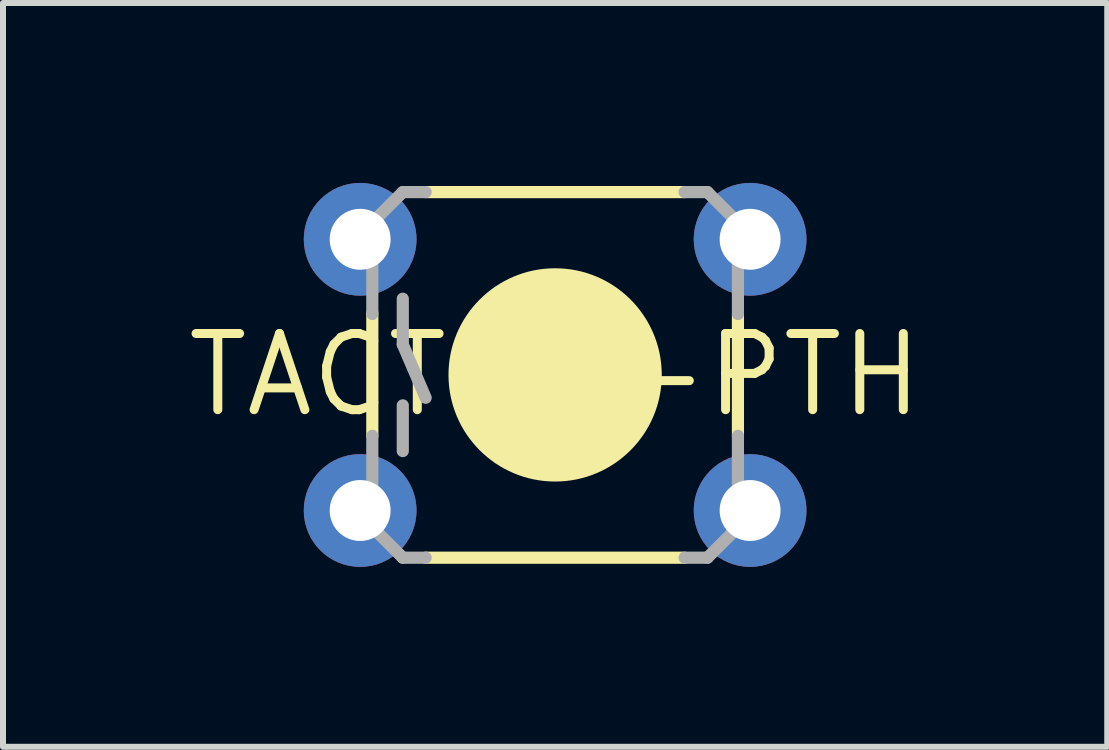
<source format=kicad_pcb>
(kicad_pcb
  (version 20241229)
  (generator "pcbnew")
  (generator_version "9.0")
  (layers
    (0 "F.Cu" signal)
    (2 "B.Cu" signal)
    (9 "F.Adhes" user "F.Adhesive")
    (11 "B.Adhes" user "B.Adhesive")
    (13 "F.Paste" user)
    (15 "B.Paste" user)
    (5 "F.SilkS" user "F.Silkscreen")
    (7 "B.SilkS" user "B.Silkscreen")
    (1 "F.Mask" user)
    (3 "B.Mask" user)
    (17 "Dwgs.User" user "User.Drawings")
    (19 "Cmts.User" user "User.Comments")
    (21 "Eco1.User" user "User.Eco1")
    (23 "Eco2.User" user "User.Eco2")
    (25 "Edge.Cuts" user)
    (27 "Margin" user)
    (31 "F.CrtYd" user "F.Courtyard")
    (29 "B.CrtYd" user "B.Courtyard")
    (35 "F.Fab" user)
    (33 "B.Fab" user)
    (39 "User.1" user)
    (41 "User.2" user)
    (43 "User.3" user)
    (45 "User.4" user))
  (footprint "TACTILE-PTH"
    (layer "F.Cu")
    (at 6.206 3.201)
    (property "Reference" "TACTILE-PTH" (at 0 0 0) (layer "F.SilkS") (effects (font (size 1.27 1.27) (thickness 0.15))))
    (fp_circle (center -3.251 -2.261) (end -3.251 -2.261) (stroke (width 0) (type solid)) (fill yes) (layer "F.Mask"))
    (fp_circle (center -3.251 2.261) (end -3.251 2.261) (stroke (width 0) (type solid)) (fill yes) (layer "F.Mask"))
    (fp_circle (center 3.251 -2.261) (end 3.251 -2.261) (stroke (width 0) (type solid)) (fill yes) (layer "F.Mask"))
    (fp_circle (center 3.251 2.261) (end 3.251 2.261) (stroke (width 0) (type solid)) (fill yes) (layer "F.Mask"))
    (fp_circle (center -3.251 -2.261) (end -3.251 -2.261) (stroke (width 0) (type solid)) (fill yes) (layer "B.Mask"))
    (fp_circle (center -3.251 2.261) (end -3.251 2.261) (stroke (width 0) (type solid)) (fill yes) (layer "B.Mask"))
    (fp_circle (center 3.251 -2.261) (end 3.251 -2.261) (stroke (width 0) (type solid)) (fill yes) (layer "B.Mask"))
    (fp_circle (center 3.251 2.261) (end 3.251 2.261) (stroke (width 0) (type solid)) (fill yes) (layer "B.Mask"))
    (fp_line (start -3.048 -1.028) (end -3.048 1.016) (stroke (width 0.203) (type solid)) (layer "F.SilkS"))
    (fp_line (start -2.159 3.048) (end 2.159 3.048) (stroke (width 0.203) (type solid)) (layer "F.SilkS"))
    (fp_line (start 2.159 -3.048) (end -2.159 -3.048) (stroke (width 0.203) (type solid)) (layer "F.SilkS"))
    (fp_line (start 3.048 -0.998) (end 3.048 1.016) (stroke (width 0.203) (type solid)) (layer "F.SilkS"))
    (fp_circle (center 0 0) (end 0.889 0) (stroke (width 1.778) (type solid)) (fill yes) (layer "F.SilkS"))
    (fp_line (start -3.048 -2.54) (end -3.048 -1.016) (stroke (width 0.203) (type solid)) (layer "F.Fab"))
    (fp_line (start -3.048 2.54) (end -3.048 1.016) (stroke (width 0.203) (type solid)) (layer "F.Fab"))
    (fp_line (start -2.54 -3.048) (end -3.048 -2.54) (stroke (width 0.203) (type solid)) (layer "F.Fab"))
    (fp_line (start -2.54 -3.048) (end -2.159 -3.048) (stroke (width 0.203) (type solid)) (layer "F.Fab"))
    (fp_line (start -2.54 -1.27) (end -2.54 -0.508) (stroke (width 0.203) (type solid)) (layer "F.Fab"))
    (fp_line (start -2.54 -0.508) (end -2.159 0.381) (stroke (width 0.203) (type solid)) (layer "F.Fab"))
    (fp_line (start -2.54 0.508) (end -2.54 1.27) (stroke (width 0.203) (type solid)) (layer "F.Fab"))
    (fp_line (start -2.54 3.048) (end -3.048 2.54) (stroke (width 0.203) (type solid)) (layer "F.Fab"))
    (fp_line (start -2.54 3.048) (end -2.159 3.048) (stroke (width 0.203) (type solid)) (layer "F.Fab"))
    (fp_line (start 2.54 -3.048) (end 2.159 -3.048) (stroke (width 0.203) (type solid)) (layer "F.Fab"))
    (fp_line (start 2.54 3.048) (end 2.159 3.048) (stroke (width 0.203) (type solid)) (layer "F.Fab"))
    (fp_line (start 2.54 3.048) (end 3.048 2.54) (stroke (width 0.203) (type solid)) (layer "F.Fab"))
    (fp_line (start 3.048 -2.54) (end 2.54 -3.048) (stroke (width 0.203) (type solid)) (layer "F.Fab"))
    (fp_line (start 3.048 -1.016) (end 3.048 -2.54) (stroke (width 0.203) (type solid)) (layer "F.Fab"))
    (fp_line (start 3.048 2.54) (end 3.048 1.016) (stroke (width 0.203) (type solid)) (layer "F.Fab"))
    (pad "1" thru_hole circle (at -3.251 -2.261) (size 1.88 1.88) (drill 1.016) (layers "*.Cu"))
    (pad "2" thru_hole circle (at 3.251 -2.261) (size 1.88 1.88) (drill 1.016) (layers "*.Cu"))
    (pad "3" thru_hole circle (at -3.251 2.261) (size 1.88 1.88) (drill 1.016) (layers "*.Cu"))
    (pad "4" thru_hole circle (at 3.251 2.261) (size 1.88 1.88) (drill 1.016) (layers "*.Cu")))
  (gr_rect
    (start -3 -3)
    (end 15.412 9.402)
    (stroke (width 0.1) (type default))
    (fill no)
    (layer "Edge.Cuts")))
</source>
